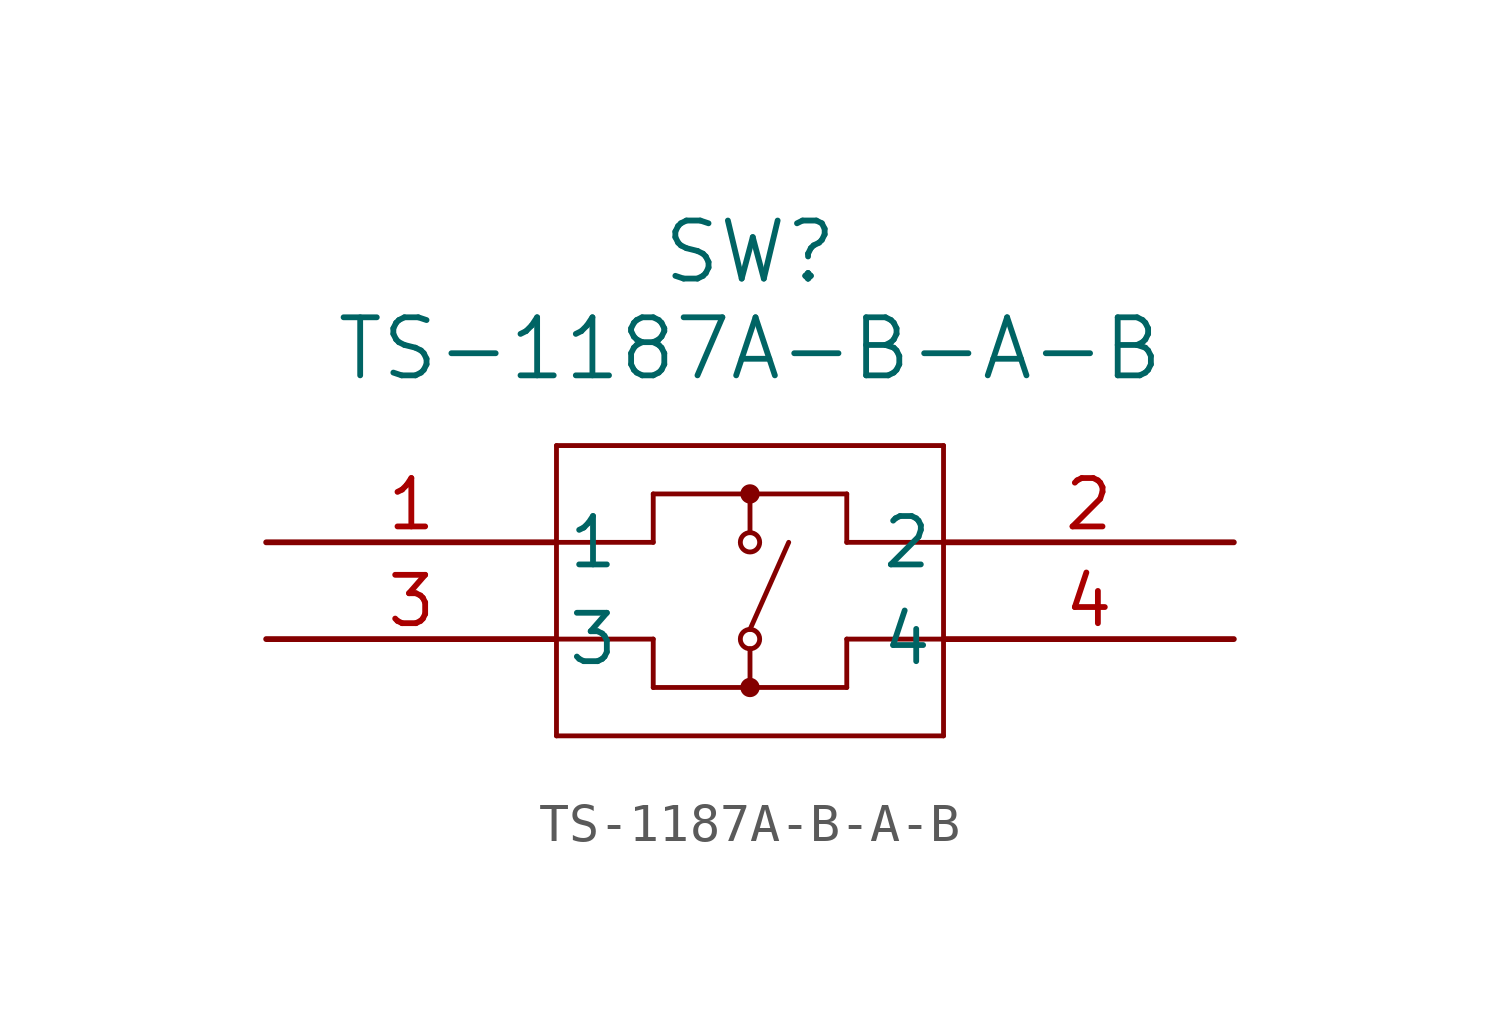
<source format=kicad_sym>
(kicad_symbol_lib
  (version 20211014)
  (generator kicad_symbol_editor)
  (symbol "TS-1187A-B-A-B"
    (pin_names
      (offset 0.254))
    (property "Reference" "SW"
      (at 12.7 7.62 0)
      (effects (font (size 1.524 1.524))))
    (property "Value" "TS-1187A-B-A-B"
      (at 12.7 5.08 0)
      (effects (font (size 1.524 1.524))))
    (symbol "TS-1187A-B-A-B_0_1"
      (polyline (pts (xy 7.62 2.54) (xy 7.62 -5.08)) (stroke (width 0.127) (type default) (color 0 0 0 0)) (fill (type none)))
      (polyline (pts (xy 7.62 -5.08) (xy 17.78 -5.08)) (stroke (width 0.127) (type default) (color 0 0 0 0)) (fill (type none)))
      (polyline (pts (xy 17.78 -5.08) (xy 17.78 2.54)) (stroke (width 0.127) (type default) (color 0 0 0 0)) (fill (type none)))
      (polyline (pts (xy 17.78 2.54) (xy 7.62 2.54)) (stroke (width 0.127) (type default) (color 0 0 0 0)) (fill (type none)))
      (polyline (pts (xy 7.62 0) (xy 10.16 0)) (stroke (width 0.127) (type default) (color 0 0 0 0)) (fill (type none)))
      (polyline (pts (xy 10.16 0) (xy 10.16 1.27)) (stroke (width 0.127) (type default) (color 0 0 0 0)) (fill (type none)))
      (polyline (pts (xy 10.16 1.27) (xy 15.24 1.27)) (stroke (width 0.127) (type default) (color 0 0 0 0)) (fill (type none)))
      (polyline (pts (xy 15.24 1.27) (xy 15.24 0)) (stroke (width 0.127) (type default) (color 0 0 0 0)) (fill (type none)))
      (polyline (pts (xy 15.24 0) (xy 17.78 0)) (stroke (width 0.127) (type default) (color 0 0 0 0)) (fill (type none)))
      (polyline (pts (xy 17.78 -2.54) (xy 15.24 -2.54)) (stroke (width 0.127) (type default) (color 0 0 0 0)) (fill (type none)))
      (polyline (pts (xy 15.24 -2.54) (xy 15.24 -3.81)) (stroke (width 0.127) (type default) (color 0 0 0 0)) (fill (type none)))
      (polyline (pts (xy 15.24 -3.81) (xy 10.16 -3.81)) (stroke (width 0.127) (type default) (color 0 0 0 0)) (fill (type none)))
      (polyline (pts (xy 10.16 -3.81) (xy 10.16 -2.54)) (stroke (width 0.127) (type default) (color 0 0 0 0)) (fill (type none)))
      (polyline (pts (xy 10.16 -2.54) (xy 7.62 -2.54)) (stroke (width 0.127) (type default) (color 0 0 0 0)) (fill (type none)))
      (polyline (pts (xy 12.7 1.27) (xy 12.7 0.254)) (stroke (width 0.127) (type default) (color 0 0 0 0)) (fill (type none)))
      (polyline (pts (xy 12.7 -2.794) (xy 12.7 -3.81)) (stroke (width 0.127) (type default) (color 0 0 0 0)) (fill (type none)))
      (circle (center 12.7 0) (radius 0.254) (stroke (width 0.127) (type default) (color 0 0 0 0)) (fill (type none)))
      (circle (center 12.7 -2.54) (radius 0.254) (stroke (width 0.127) (type default) (color 0 0 0 0)) (fill (type none)))
      (polyline (pts (xy 13.716 0) (xy 12.7 -2.286)) (stroke (width 0.127) (type default) (color 0 0 0 0)) (fill (type none)))
      (circle (center 12.7 1.27) (radius 0.127) (stroke (width 0.254) (type default) (color 0 0 0 0)) (fill (type none)))
      (circle (center 12.7 -3.81) (radius 0.127) (stroke (width 0.254) (type default) (color 0 0 0 0)) (fill (type none)))
      (pin unspecified line (at 0 0 0) (length 7.62) (name "1" (effects (font (size 1.27 1.27)))) (number "1" (effects (font (size 1.27 1.27)))))
      (pin unspecified line (at 25.4 0 180) (length 7.62) (name "2" (effects (font (size 1.27 1.27)))) (number "2" (effects (font (size 1.27 1.27)))))
      (pin unspecified line (at 0 -2.54 0) (length 7.62) (name "3" (effects (font (size 1.27 1.27)))) (number "3" (effects (font (size 1.27 1.27)))))
      (pin unspecified line (at 25.4 -2.54 180) (length 7.62) (name "4" (effects (font (size 1.27 1.27)))) (number "4" (effects (font (size 1.27 1.27))))))))
</source>
